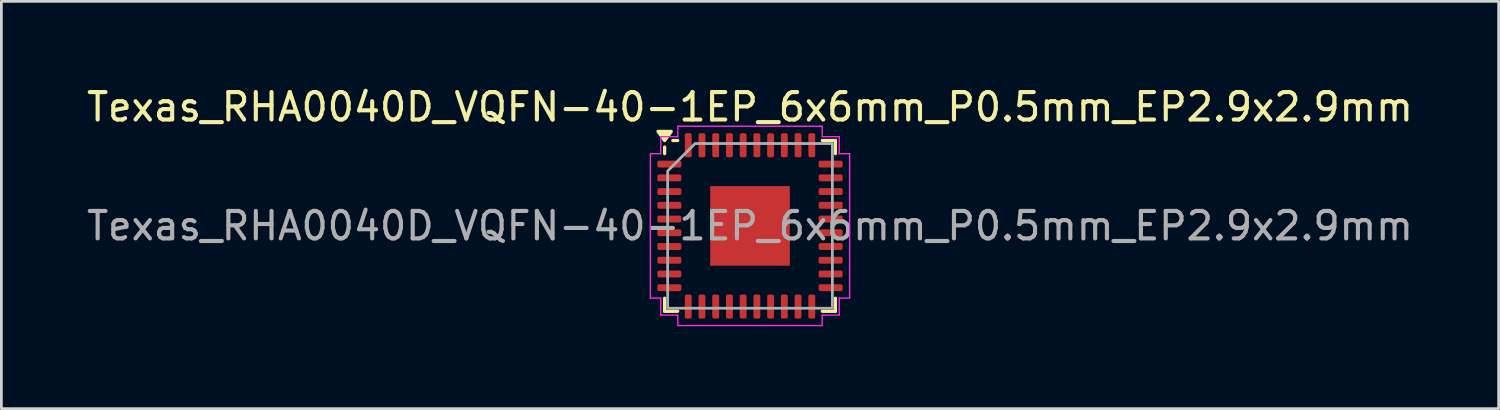
<source format=kicad_pcb>
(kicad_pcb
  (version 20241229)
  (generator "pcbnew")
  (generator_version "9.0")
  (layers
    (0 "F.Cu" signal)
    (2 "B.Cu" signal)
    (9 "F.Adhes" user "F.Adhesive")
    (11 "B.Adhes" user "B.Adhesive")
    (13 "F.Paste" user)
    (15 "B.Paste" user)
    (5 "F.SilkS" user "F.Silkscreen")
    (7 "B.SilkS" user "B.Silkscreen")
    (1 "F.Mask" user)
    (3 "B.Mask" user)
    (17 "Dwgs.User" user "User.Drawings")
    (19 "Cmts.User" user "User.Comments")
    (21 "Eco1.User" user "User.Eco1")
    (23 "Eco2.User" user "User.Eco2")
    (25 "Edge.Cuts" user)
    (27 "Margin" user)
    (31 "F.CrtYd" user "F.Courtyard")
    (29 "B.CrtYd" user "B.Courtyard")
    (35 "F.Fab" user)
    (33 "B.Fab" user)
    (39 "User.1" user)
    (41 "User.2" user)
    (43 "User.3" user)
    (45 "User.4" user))
  (footprint "Texas_RHA0040D_VQFN-40-1EP_6x6mm_P0.5mm_EP2.9x2.9mm"
    (layer "F.Cu")
    (at 24.268 5.178)
    (property "Reference" "Texas_RHA0040D_VQFN-40-1EP_6x6mm_P0.5mm_EP2.9x2.9mm" (at 0 -4.33 0) (layer "F.SilkS") (effects (font (size 1 1) (thickness 0.15))))
    (attr smd)
    (fp_line (start -3.11 -2.635) (end -3.11 -2.87) (stroke (width 0.12) (type solid)) (layer "F.SilkS"))
    (fp_line (start -3.11 3.11) (end -3.11 2.635) (stroke (width 0.12) (type solid)) (layer "F.SilkS"))
    (fp_line (start -2.635 -3.11) (end -2.81 -3.11) (stroke (width 0.12) (type solid)) (layer "F.SilkS"))
    (fp_line (start -2.635 3.11) (end -3.11 3.11) (stroke (width 0.12) (type solid)) (layer "F.SilkS"))
    (fp_line (start 2.635 -3.11) (end 3.11 -3.11) (stroke (width 0.12) (type solid)) (layer "F.SilkS"))
    (fp_line (start 2.635 3.11) (end 3.11 3.11) (stroke (width 0.12) (type solid)) (layer "F.SilkS"))
    (fp_line (start 3.11 -3.11) (end 3.11 -2.635) (stroke (width 0.12) (type solid)) (layer "F.SilkS"))
    (fp_line (start 3.11 3.11) (end 3.11 2.635) (stroke (width 0.12) (type solid)) (layer "F.SilkS"))
    (fp_poly (pts (xy -3.11 -3.11) (xy -3.35 -3.44) (xy -2.87 -3.44)) (stroke (width 0.12) (type solid)) (fill yes) (layer "F.SilkS"))
    (fp_line (start -3.63 -2.63) (end -3.25 -2.63) (stroke (width 0.05) (type solid)) (layer "F.CrtYd"))
    (fp_line (start -3.63 2.63) (end -3.63 -2.63) (stroke (width 0.05) (type solid)) (layer "F.CrtYd"))
    (fp_line (start -3.25 -3.25) (end -2.63 -3.25) (stroke (width 0.05) (type solid)) (layer "F.CrtYd"))
    (fp_line (start -3.25 -2.63) (end -3.25 -3.25) (stroke (width 0.05) (type solid)) (layer "F.CrtYd"))
    (fp_line (start -3.25 2.63) (end -3.63 2.63) (stroke (width 0.05) (type solid)) (layer "F.CrtYd"))
    (fp_line (start -3.25 3.25) (end -3.25 2.63) (stroke (width 0.05) (type solid)) (layer "F.CrtYd"))
    (fp_line (start -2.63 -3.63) (end 2.63 -3.63) (stroke (width 0.05) (type solid)) (layer "F.CrtYd"))
    (fp_line (start -2.63 -3.25) (end -2.63 -3.63) (stroke (width 0.05) (type solid)) (layer "F.CrtYd"))
    (fp_line (start -2.63 3.25) (end -3.25 3.25) (stroke (width 0.05) (type solid)) (layer "F.CrtYd"))
    (fp_line (start -2.63 3.63) (end -2.63 3.25) (stroke (width 0.05) (type solid)) (layer "F.CrtYd"))
    (fp_line (start 2.63 -3.63) (end 2.63 -3.25) (stroke (width 0.05) (type solid)) (layer "F.CrtYd"))
    (fp_line (start 2.63 -3.25) (end 3.25 -3.25) (stroke (width 0.05) (type solid)) (layer "F.CrtYd"))
    (fp_line (start 2.63 3.25) (end 2.63 3.63) (stroke (width 0.05) (type solid)) (layer "F.CrtYd"))
    (fp_line (start 2.63 3.63) (end -2.63 3.63) (stroke (width 0.05) (type solid)) (layer "F.CrtYd"))
    (fp_line (start 3.25 -3.25) (end 3.25 -2.63) (stroke (width 0.05) (type solid)) (layer "F.CrtYd"))
    (fp_line (start 3.25 -2.63) (end 3.63 -2.63) (stroke (width 0.05) (type solid)) (layer "F.CrtYd"))
    (fp_line (start 3.25 2.63) (end 3.25 3.25) (stroke (width 0.05) (type solid)) (layer "F.CrtYd"))
    (fp_line (start 3.25 3.25) (end 2.63 3.25) (stroke (width 0.05) (type solid)) (layer "F.CrtYd"))
    (fp_line (start 3.63 -2.63) (end 3.63 2.63) (stroke (width 0.05) (type solid)) (layer "F.CrtYd"))
    (fp_line (start 3.63 2.63) (end 3.25 2.63) (stroke (width 0.05) (type solid)) (layer "F.CrtYd"))
    (fp_poly (pts (xy -3 -2) (xy -3 3) (xy 3 3) (xy 3 -3) (xy -2 -3)) (stroke (width 0.1) (type solid)) (fill no) (layer "F.Fab"))
    (fp_text user "${REFERENCE}" (at 0 0 0) (layer "F.Fab") (effects (font (size 1 1) (thickness 0.15))))
    (pad "" smd roundrect (at -0.725 -0.725) (size 1.17 1.17) (layers "F.Paste") (roundrect_rratio 0.214))
    (pad "" smd roundrect (at -0.725 0.725) (size 1.17 1.17) (layers "F.Paste") (roundrect_rratio 0.214))
    (pad "" smd roundrect (at 0.725 -0.725) (size 1.17 1.17) (layers "F.Paste") (roundrect_rratio 0.214))
    (pad "" smd roundrect (at 0.725 0.725) (size 1.17 1.17) (layers "F.Paste") (roundrect_rratio 0.214))
    (pad "1" smd roundrect (at -2.938 -2.25) (size 0.875 0.25) (layers "F.Cu" "F.Mask" "F.Paste") (roundrect_rratio 0.25))
    (pad "2" smd roundrect (at -2.938 -1.75) (size 0.875 0.25) (layers "F.Cu" "F.Mask" "F.Paste") (roundrect_rratio 0.25))
    (pad "3" smd roundrect (at -2.938 -1.25) (size 0.875 0.25) (layers "F.Cu" "F.Mask" "F.Paste") (roundrect_rratio 0.25))
    (pad "4" smd roundrect (at -2.938 -0.75) (size 0.875 0.25) (layers "F.Cu" "F.Mask" "F.Paste") (roundrect_rratio 0.25))
    (pad "5" smd roundrect (at -2.938 -0.25) (size 0.875 0.25) (layers "F.Cu" "F.Mask" "F.Paste") (roundrect_rratio 0.25))
    (pad "6" smd roundrect (at -2.938 0.25) (size 0.875 0.25) (layers "F.Cu" "F.Mask" "F.Paste") (roundrect_rratio 0.25))
    (pad "7" smd roundrect (at -2.938 0.75) (size 0.875 0.25) (layers "F.Cu" "F.Mask" "F.Paste") (roundrect_rratio 0.25))
    (pad "8" smd roundrect (at -2.938 1.25) (size 0.875 0.25) (layers "F.Cu" "F.Mask" "F.Paste") (roundrect_rratio 0.25))
    (pad "9" smd roundrect (at -2.938 1.75) (size 0.875 0.25) (layers "F.Cu" "F.Mask" "F.Paste") (roundrect_rratio 0.25))
    (pad "10" smd roundrect (at -2.938 2.25) (size 0.875 0.25) (layers "F.Cu" "F.Mask" "F.Paste") (roundrect_rratio 0.25))
    (pad "11" smd roundrect (at -2.25 2.938) (size 0.25 0.875) (layers "F.Cu" "F.Mask" "F.Paste") (roundrect_rratio 0.25))
    (pad "12" smd roundrect (at -1.75 2.938) (size 0.25 0.875) (layers "F.Cu" "F.Mask" "F.Paste") (roundrect_rratio 0.25))
    (pad "13" smd roundrect (at -1.25 2.938) (size 0.25 0.875) (layers "F.Cu" "F.Mask" "F.Paste") (roundrect_rratio 0.25))
    (pad "14" smd roundrect (at -0.75 2.938) (size 0.25 0.875) (layers "F.Cu" "F.Mask" "F.Paste") (roundrect_rratio 0.25))
    (pad "15" smd roundrect (at -0.25 2.938) (size 0.25 0.875) (layers "F.Cu" "F.Mask" "F.Paste") (roundrect_rratio 0.25))
    (pad "16" smd roundrect (at 0.25 2.938) (size 0.25 0.875) (layers "F.Cu" "F.Mask" "F.Paste") (roundrect_rratio 0.25))
    (pad "17" smd roundrect (at 0.75 2.938) (size 0.25 0.875) (layers "F.Cu" "F.Mask" "F.Paste") (roundrect_rratio 0.25))
    (pad "18" smd roundrect (at 1.25 2.938) (size 0.25 0.875) (layers "F.Cu" "F.Mask" "F.Paste") (roundrect_rratio 0.25))
    (pad "19" smd roundrect (at 1.75 2.938) (size 0.25 0.875) (layers "F.Cu" "F.Mask" "F.Paste") (roundrect_rratio 0.25))
    (pad "20" smd roundrect (at 2.25 2.938) (size 0.25 0.875) (layers "F.Cu" "F.Mask" "F.Paste") (roundrect_rratio 0.25))
    (pad "21" smd roundrect (at 2.938 2.25) (size 0.875 0.25) (layers "F.Cu" "F.Mask" "F.Paste") (roundrect_rratio 0.25))
    (pad "22" smd roundrect (at 2.938 1.75) (size 0.875 0.25) (layers "F.Cu" "F.Mask" "F.Paste") (roundrect_rratio 0.25))
    (pad "23" smd roundrect (at 2.938 1.25) (size 0.875 0.25) (layers "F.Cu" "F.Mask" "F.Paste") (roundrect_rratio 0.25))
    (pad "24" smd roundrect (at 2.938 0.75) (size 0.875 0.25) (layers "F.Cu" "F.Mask" "F.Paste") (roundrect_rratio 0.25))
    (pad "25" smd roundrect (at 2.938 0.25) (size 0.875 0.25) (layers "F.Cu" "F.Mask" "F.Paste") (roundrect_rratio 0.25))
    (pad "26" smd roundrect (at 2.938 -0.25) (size 0.875 0.25) (layers "F.Cu" "F.Mask" "F.Paste") (roundrect_rratio 0.25))
    (pad "27" smd roundrect (at 2.938 -0.75) (size 0.875 0.25) (layers "F.Cu" "F.Mask" "F.Paste") (roundrect_rratio 0.25))
    (pad "28" smd roundrect (at 2.938 -1.25) (size 0.875 0.25) (layers "F.Cu" "F.Mask" "F.Paste") (roundrect_rratio 0.25))
    (pad "29" smd roundrect (at 2.938 -1.75) (size 0.875 0.25) (layers "F.Cu" "F.Mask" "F.Paste") (roundrect_rratio 0.25))
    (pad "30" smd roundrect (at 2.938 -2.25) (size 0.875 0.25) (layers "F.Cu" "F.Mask" "F.Paste") (roundrect_rratio 0.25))
    (pad "31" smd roundrect (at 2.25 -2.938) (size 0.25 0.875) (layers "F.Cu" "F.Mask" "F.Paste") (roundrect_rratio 0.25))
    (pad "32" smd roundrect (at 1.75 -2.938) (size 0.25 0.875) (layers "F.Cu" "F.Mask" "F.Paste") (roundrect_rratio 0.25))
    (pad "33" smd roundrect (at 1.25 -2.938) (size 0.25 0.875) (layers "F.Cu" "F.Mask" "F.Paste") (roundrect_rratio 0.25))
    (pad "34" smd roundrect (at 0.75 -2.938) (size 0.25 0.875) (layers "F.Cu" "F.Mask" "F.Paste") (roundrect_rratio 0.25))
    (pad "35" smd roundrect (at 0.25 -2.938) (size 0.25 0.875) (layers "F.Cu" "F.Mask" "F.Paste") (roundrect_rratio 0.25))
    (pad "36" smd roundrect (at -0.25 -2.938) (size 0.25 0.875) (layers "F.Cu" "F.Mask" "F.Paste") (roundrect_rratio 0.25))
    (pad "37" smd roundrect (at -0.75 -2.938) (size 0.25 0.875) (layers "F.Cu" "F.Mask" "F.Paste") (roundrect_rratio 0.25))
    (pad "38" smd roundrect (at -1.25 -2.938) (size 0.25 0.875) (layers "F.Cu" "F.Mask" "F.Paste") (roundrect_rratio 0.25))
    (pad "39" smd roundrect (at -1.75 -2.938) (size 0.25 0.875) (layers "F.Cu" "F.Mask" "F.Paste") (roundrect_rratio 0.25))
    (pad "40" smd roundrect (at -2.25 -2.938) (size 0.25 0.875) (layers "F.Cu" "F.Mask" "F.Paste") (roundrect_rratio 0.25))
    (pad "41" smd rect (at 0 0) (size 2.9 2.9) (property pad_prop_heatsink) (layers "F.Cu" "F.Mask")))
  (gr_rect
    (start -3 -3)
    (end 51.536 11.833)
    (stroke (width 0.1) (type default))
    (fill no)
    (layer "Edge.Cuts")))
</source>
